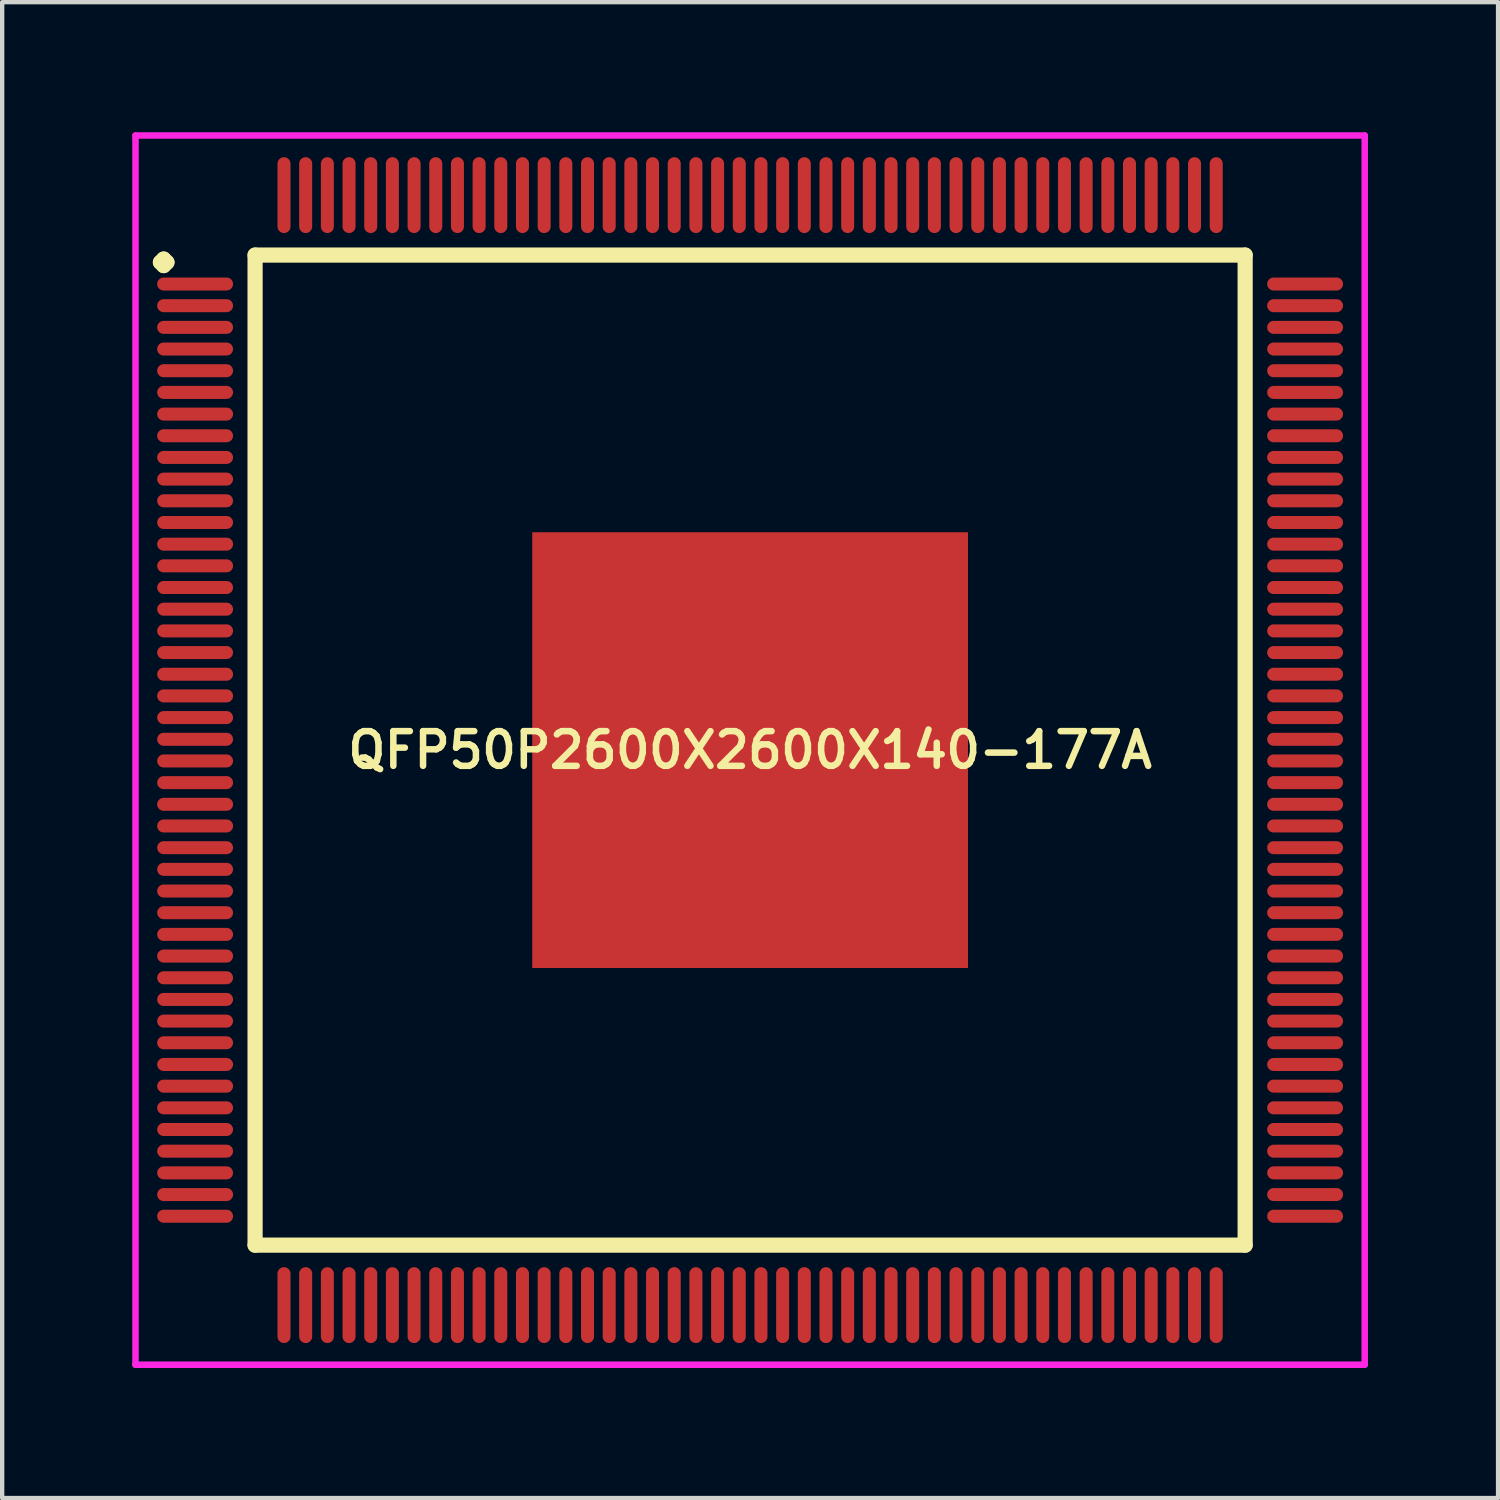
<source format=kicad_pcb>
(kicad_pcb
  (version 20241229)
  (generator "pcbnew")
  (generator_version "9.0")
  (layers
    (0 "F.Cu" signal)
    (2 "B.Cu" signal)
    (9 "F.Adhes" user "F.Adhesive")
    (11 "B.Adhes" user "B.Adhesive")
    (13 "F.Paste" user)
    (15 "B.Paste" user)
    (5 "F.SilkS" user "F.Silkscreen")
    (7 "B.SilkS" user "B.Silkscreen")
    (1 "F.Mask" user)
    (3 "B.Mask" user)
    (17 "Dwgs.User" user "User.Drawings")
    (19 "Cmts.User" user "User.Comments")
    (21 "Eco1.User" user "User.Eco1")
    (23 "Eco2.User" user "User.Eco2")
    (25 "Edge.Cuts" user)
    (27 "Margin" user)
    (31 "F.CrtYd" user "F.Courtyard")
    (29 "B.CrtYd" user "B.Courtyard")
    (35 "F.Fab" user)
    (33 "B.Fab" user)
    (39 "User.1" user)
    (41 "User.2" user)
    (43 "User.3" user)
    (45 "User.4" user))
  (footprint "QFP50P2600X2600X140-177A"
    (layer "F.Cu")
    (at 14.25 14.25)
    (property "Reference" "QFP50P2600X2600X140-177A" (at 0 0 0) (layer "F.SilkS") (effects (font (size 0.8 0.8) (thickness 0.15))))
    (attr smd)
    (fp_line (start -13.6 -11.25) (end -13.525 -11.325) (stroke (width 0.35) (type solid)) (layer "F.SilkS"))
    (fp_line (start -13.525 -11.325) (end -13.45 -11.25) (stroke (width 0.35) (type solid)) (layer "F.SilkS"))
    (fp_line (start -13.525 -11.175) (end -13.6 -11.25) (stroke (width 0.35) (type solid)) (layer "F.SilkS"))
    (fp_line (start -13.45 -11.25) (end -13.525 -11.175) (stroke (width 0.35) (type solid)) (layer "F.SilkS"))
    (fp_line (start -11.417 -11.417) (end -11.417 11.417) (stroke (width 0.35) (type solid)) (layer "F.SilkS"))
    (fp_line (start -11.417 11.417) (end 11.417 11.417) (stroke (width 0.35) (type solid)) (layer "F.SilkS"))
    (fp_line (start 11.417 -11.417) (end -11.417 -11.417) (stroke (width 0.35) (type solid)) (layer "F.SilkS"))
    (fp_line (start 11.417 11.417) (end 11.417 -11.417) (stroke (width 0.35) (type solid)) (layer "F.SilkS"))
    (fp_line (start -14.175 -14.175) (end 14.175 -14.175) (stroke (width 0.15) (type solid)) (layer "F.CrtYd"))
    (fp_line (start -14.175 14.175) (end -14.175 -14.175) (stroke (width 0.15) (type solid)) (layer "F.CrtYd"))
    (fp_line (start 14.175 -14.175) (end 14.175 14.175) (stroke (width 0.15) (type solid)) (layer "F.CrtYd"))
    (fp_line (start 14.175 14.175) (end -14.175 14.175) (stroke (width 0.15) (type solid)) (layer "F.CrtYd"))
    (pad "1" smd oval (at -12.8 -10.75) (size 1.75 0.3) (layers "F.Cu" "F.Mask" "F.Paste"))
    (pad "2" smd oval (at -12.8 -10.25) (size 1.75 0.3) (layers "F.Cu" "F.Mask" "F.Paste"))
    (pad "3" smd oval (at -12.8 -9.75) (size 1.75 0.3) (layers "F.Cu" "F.Mask" "F.Paste"))
    (pad "4" smd oval (at -12.8 -9.25) (size 1.75 0.3) (layers "F.Cu" "F.Mask" "F.Paste"))
    (pad "5" smd oval (at -12.8 -8.75) (size 1.75 0.3) (layers "F.Cu" "F.Mask" "F.Paste"))
    (pad "6" smd oval (at -12.8 -8.25) (size 1.75 0.3) (layers "F.Cu" "F.Mask" "F.Paste"))
    (pad "7" smd oval (at -12.8 -7.75) (size 1.75 0.3) (layers "F.Cu" "F.Mask" "F.Paste"))
    (pad "8" smd oval (at -12.8 -7.25) (size 1.75 0.3) (layers "F.Cu" "F.Mask" "F.Paste"))
    (pad "9" smd oval (at -12.8 -6.75) (size 1.75 0.3) (layers "F.Cu" "F.Mask" "F.Paste"))
    (pad "10" smd oval (at -12.8 -6.25) (size 1.75 0.3) (layers "F.Cu" "F.Mask" "F.Paste"))
    (pad "11" smd oval (at -12.8 -5.75) (size 1.75 0.3) (layers "F.Cu" "F.Mask" "F.Paste"))
    (pad "12" smd oval (at -12.8 -5.25) (size 1.75 0.3) (layers "F.Cu" "F.Mask" "F.Paste"))
    (pad "13" smd oval (at -12.8 -4.75) (size 1.75 0.3) (layers "F.Cu" "F.Mask" "F.Paste"))
    (pad "14" smd oval (at -12.8 -4.25) (size 1.75 0.3) (layers "F.Cu" "F.Mask" "F.Paste"))
    (pad "15" smd oval (at -12.8 -3.75) (size 1.75 0.3) (layers "F.Cu" "F.Mask" "F.Paste"))
    (pad "16" smd oval (at -12.8 -3.25) (size 1.75 0.3) (layers "F.Cu" "F.Mask" "F.Paste"))
    (pad "17" smd oval (at -12.8 -2.75) (size 1.75 0.3) (layers "F.Cu" "F.Mask" "F.Paste"))
    (pad "18" smd oval (at -12.8 -2.25) (size 1.75 0.3) (layers "F.Cu" "F.Mask" "F.Paste"))
    (pad "19" smd oval (at -12.8 -1.75) (size 1.75 0.3) (layers "F.Cu" "F.Mask" "F.Paste"))
    (pad "20" smd oval (at -12.8 -1.25) (size 1.75 0.3) (layers "F.Cu" "F.Mask" "F.Paste"))
    (pad "21" smd oval (at -12.8 -0.75) (size 1.75 0.3) (layers "F.Cu" "F.Mask" "F.Paste"))
    (pad "22" smd oval (at -12.8 -0.25) (size 1.75 0.3) (layers "F.Cu" "F.Mask" "F.Paste"))
    (pad "23" smd oval (at -12.8 0.25) (size 1.75 0.3) (layers "F.Cu" "F.Mask" "F.Paste"))
    (pad "24" smd oval (at -12.8 0.75) (size 1.75 0.3) (layers "F.Cu" "F.Mask" "F.Paste"))
    (pad "25" smd oval (at -12.8 1.25) (size 1.75 0.3) (layers "F.Cu" "F.Mask" "F.Paste"))
    (pad "26" smd oval (at -12.8 1.75) (size 1.75 0.3) (layers "F.Cu" "F.Mask" "F.Paste"))
    (pad "27" smd oval (at -12.8 2.25) (size 1.75 0.3) (layers "F.Cu" "F.Mask" "F.Paste"))
    (pad "28" smd oval (at -12.8 2.75) (size 1.75 0.3) (layers "F.Cu" "F.Mask" "F.Paste"))
    (pad "29" smd oval (at -12.8 3.25) (size 1.75 0.3) (layers "F.Cu" "F.Mask" "F.Paste"))
    (pad "30" smd oval (at -12.8 3.75) (size 1.75 0.3) (layers "F.Cu" "F.Mask" "F.Paste"))
    (pad "31" smd oval (at -12.8 4.25) (size 1.75 0.3) (layers "F.Cu" "F.Mask" "F.Paste"))
    (pad "32" smd oval (at -12.8 4.75) (size 1.75 0.3) (layers "F.Cu" "F.Mask" "F.Paste"))
    (pad "33" smd oval (at -12.8 5.25) (size 1.75 0.3) (layers "F.Cu" "F.Mask" "F.Paste"))
    (pad "34" smd oval (at -12.8 5.75) (size 1.75 0.3) (layers "F.Cu" "F.Mask" "F.Paste"))
    (pad "35" smd oval (at -12.8 6.25) (size 1.75 0.3) (layers "F.Cu" "F.Mask" "F.Paste"))
    (pad "36" smd oval (at -12.8 6.75) (size 1.75 0.3) (layers "F.Cu" "F.Mask" "F.Paste"))
    (pad "37" smd oval (at -12.8 7.25) (size 1.75 0.3) (layers "F.Cu" "F.Mask" "F.Paste"))
    (pad "38" smd oval (at -12.8 7.75) (size 1.75 0.3) (layers "F.Cu" "F.Mask" "F.Paste"))
    (pad "39" smd oval (at -12.8 8.25) (size 1.75 0.3) (layers "F.Cu" "F.Mask" "F.Paste"))
    (pad "40" smd oval (at -12.8 8.75) (size 1.75 0.3) (layers "F.Cu" "F.Mask" "F.Paste"))
    (pad "41" smd oval (at -12.8 9.25) (size 1.75 0.3) (layers "F.Cu" "F.Mask" "F.Paste"))
    (pad "42" smd oval (at -12.8 9.75) (size 1.75 0.3) (layers "F.Cu" "F.Mask" "F.Paste"))
    (pad "43" smd oval (at -12.8 10.25) (size 1.75 0.3) (layers "F.Cu" "F.Mask" "F.Paste"))
    (pad "44" smd oval (at -12.8 10.75) (size 1.75 0.3) (layers "F.Cu" "F.Mask" "F.Paste"))
    (pad "45" smd oval (at -10.75 12.8) (size 0.3 1.75) (layers "F.Cu" "F.Mask" "F.Paste"))
    (pad "46" smd oval (at -10.25 12.8) (size 0.3 1.75) (layers "F.Cu" "F.Mask" "F.Paste"))
    (pad "47" smd oval (at -9.75 12.8) (size 0.3 1.75) (layers "F.Cu" "F.Mask" "F.Paste"))
    (pad "48" smd oval (at -9.25 12.8) (size 0.3 1.75) (layers "F.Cu" "F.Mask" "F.Paste"))
    (pad "49" smd oval (at -8.75 12.8) (size 0.3 1.75) (layers "F.Cu" "F.Mask" "F.Paste"))
    (pad "50" smd oval (at -8.25 12.8) (size 0.3 1.75) (layers "F.Cu" "F.Mask" "F.Paste"))
    (pad "51" smd oval (at -7.75 12.8) (size 0.3 1.75) (layers "F.Cu" "F.Mask" "F.Paste"))
    (pad "52" smd oval (at -7.25 12.8) (size 0.3 1.75) (layers "F.Cu" "F.Mask" "F.Paste"))
    (pad "53" smd oval (at -6.75 12.8) (size 0.3 1.75) (layers "F.Cu" "F.Mask" "F.Paste"))
    (pad "54" smd oval (at -6.25 12.8) (size 0.3 1.75) (layers "F.Cu" "F.Mask" "F.Paste"))
    (pad "55" smd oval (at -5.75 12.8) (size 0.3 1.75) (layers "F.Cu" "F.Mask" "F.Paste"))
    (pad "56" smd oval (at -5.25 12.8) (size 0.3 1.75) (layers "F.Cu" "F.Mask" "F.Paste"))
    (pad "57" smd oval (at -4.75 12.8) (size 0.3 1.75) (layers "F.Cu" "F.Mask" "F.Paste"))
    (pad "58" smd oval (at -4.25 12.8) (size 0.3 1.75) (layers "F.Cu" "F.Mask" "F.Paste"))
    (pad "59" smd oval (at -3.75 12.8) (size 0.3 1.75) (layers "F.Cu" "F.Mask" "F.Paste"))
    (pad "60" smd oval (at -3.25 12.8) (size 0.3 1.75) (layers "F.Cu" "F.Mask" "F.Paste"))
    (pad "61" smd oval (at -2.75 12.8) (size 0.3 1.75) (layers "F.Cu" "F.Mask" "F.Paste"))
    (pad "62" smd oval (at -2.25 12.8) (size 0.3 1.75) (layers "F.Cu" "F.Mask" "F.Paste"))
    (pad "63" smd oval (at -1.75 12.8) (size 0.3 1.75) (layers "F.Cu" "F.Mask" "F.Paste"))
    (pad "64" smd oval (at -1.25 12.8) (size 0.3 1.75) (layers "F.Cu" "F.Mask" "F.Paste"))
    (pad "65" smd oval (at -0.75 12.8) (size 0.3 1.75) (layers "F.Cu" "F.Mask" "F.Paste"))
    (pad "66" smd oval (at -0.25 12.8) (size 0.3 1.75) (layers "F.Cu" "F.Mask" "F.Paste"))
    (pad "67" smd oval (at 0.25 12.8) (size 0.3 1.75) (layers "F.Cu" "F.Mask" "F.Paste"))
    (pad "68" smd oval (at 0.75 12.8) (size 0.3 1.75) (layers "F.Cu" "F.Mask" "F.Paste"))
    (pad "69" smd oval (at 1.25 12.8) (size 0.3 1.75) (layers "F.Cu" "F.Mask" "F.Paste"))
    (pad "70" smd oval (at 1.75 12.8) (size 0.3 1.75) (layers "F.Cu" "F.Mask" "F.Paste"))
    (pad "71" smd oval (at 2.25 12.8) (size 0.3 1.75) (layers "F.Cu" "F.Mask" "F.Paste"))
    (pad "72" smd oval (at 2.75 12.8) (size 0.3 1.75) (layers "F.Cu" "F.Mask" "F.Paste"))
    (pad "73" smd oval (at 3.25 12.8) (size 0.3 1.75) (layers "F.Cu" "F.Mask" "F.Paste"))
    (pad "74" smd oval (at 3.75 12.8) (size 0.3 1.75) (layers "F.Cu" "F.Mask" "F.Paste"))
    (pad "75" smd oval (at 4.25 12.8) (size 0.3 1.75) (layers "F.Cu" "F.Mask" "F.Paste"))
    (pad "76" smd oval (at 4.75 12.8) (size 0.3 1.75) (layers "F.Cu" "F.Mask" "F.Paste"))
    (pad "77" smd oval (at 5.25 12.8) (size 0.3 1.75) (layers "F.Cu" "F.Mask" "F.Paste"))
    (pad "78" smd oval (at 5.75 12.8) (size 0.3 1.75) (layers "F.Cu" "F.Mask" "F.Paste"))
    (pad "79" smd oval (at 6.25 12.8) (size 0.3 1.75) (layers "F.Cu" "F.Mask" "F.Paste"))
    (pad "80" smd oval (at 6.75 12.8) (size 0.3 1.75) (layers "F.Cu" "F.Mask" "F.Paste"))
    (pad "81" smd oval (at 7.25 12.8) (size 0.3 1.75) (layers "F.Cu" "F.Mask" "F.Paste"))
    (pad "82" smd oval (at 7.75 12.8) (size 0.3 1.75) (layers "F.Cu" "F.Mask" "F.Paste"))
    (pad "83" smd oval (at 8.25 12.8) (size 0.3 1.75) (layers "F.Cu" "F.Mask" "F.Paste"))
    (pad "84" smd oval (at 8.75 12.8) (size 0.3 1.75) (layers "F.Cu" "F.Mask" "F.Paste"))
    (pad "85" smd oval (at 9.25 12.8) (size 0.3 1.75) (layers "F.Cu" "F.Mask" "F.Paste"))
    (pad "86" smd oval (at 9.75 12.8) (size 0.3 1.75) (layers "F.Cu" "F.Mask" "F.Paste"))
    (pad "87" smd oval (at 10.25 12.8) (size 0.3 1.75) (layers "F.Cu" "F.Mask" "F.Paste"))
    (pad "88" smd oval (at 10.75 12.8) (size 0.3 1.75) (layers "F.Cu" "F.Mask" "F.Paste"))
    (pad "89" smd oval (at 12.8 10.75) (size 1.75 0.3) (layers "F.Cu" "F.Mask" "F.Paste"))
    (pad "90" smd oval (at 12.8 10.25) (size 1.75 0.3) (layers "F.Cu" "F.Mask" "F.Paste"))
    (pad "91" smd oval (at 12.8 9.75) (size 1.75 0.3) (layers "F.Cu" "F.Mask" "F.Paste"))
    (pad "92" smd oval (at 12.8 9.25) (size 1.75 0.3) (layers "F.Cu" "F.Mask" "F.Paste"))
    (pad "93" smd oval (at 12.8 8.75) (size 1.75 0.3) (layers "F.Cu" "F.Mask" "F.Paste"))
    (pad "94" smd oval (at 12.8 8.25) (size 1.75 0.3) (layers "F.Cu" "F.Mask" "F.Paste"))
    (pad "95" smd oval (at 12.8 7.75) (size 1.75 0.3) (layers "F.Cu" "F.Mask" "F.Paste"))
    (pad "96" smd oval (at 12.8 7.25) (size 1.75 0.3) (layers "F.Cu" "F.Mask" "F.Paste"))
    (pad "97" smd oval (at 12.8 6.75) (size 1.75 0.3) (layers "F.Cu" "F.Mask" "F.Paste"))
    (pad "98" smd oval (at 12.8 6.25) (size 1.75 0.3) (layers "F.Cu" "F.Mask" "F.Paste"))
    (pad "99" smd oval (at 12.8 5.75) (size 1.75 0.3) (layers "F.Cu" "F.Mask" "F.Paste"))
    (pad "100" smd oval (at 12.8 5.25) (size 1.75 0.3) (layers "F.Cu" "F.Mask" "F.Paste"))
    (pad "101" smd oval (at 12.8 4.75) (size 1.75 0.3) (layers "F.Cu" "F.Mask" "F.Paste"))
    (pad "102" smd oval (at 12.8 4.25) (size 1.75 0.3) (layers "F.Cu" "F.Mask" "F.Paste"))
    (pad "103" smd oval (at 12.8 3.75) (size 1.75 0.3) (layers "F.Cu" "F.Mask" "F.Paste"))
    (pad "104" smd oval (at 12.8 3.25) (size 1.75 0.3) (layers "F.Cu" "F.Mask" "F.Paste"))
    (pad "105" smd oval (at 12.8 2.75) (size 1.75 0.3) (layers "F.Cu" "F.Mask" "F.Paste"))
    (pad "106" smd oval (at 12.8 2.25) (size 1.75 0.3) (layers "F.Cu" "F.Mask" "F.Paste"))
    (pad "107" smd oval (at 12.8 1.75) (size 1.75 0.3) (layers "F.Cu" "F.Mask" "F.Paste"))
    (pad "108" smd oval (at 12.8 1.25) (size 1.75 0.3) (layers "F.Cu" "F.Mask" "F.Paste"))
    (pad "109" smd oval (at 12.8 0.75) (size 1.75 0.3) (layers "F.Cu" "F.Mask" "F.Paste"))
    (pad "110" smd oval (at 12.8 0.25) (size 1.75 0.3) (layers "F.Cu" "F.Mask" "F.Paste"))
    (pad "111" smd oval (at 12.8 -0.25) (size 1.75 0.3) (layers "F.Cu" "F.Mask" "F.Paste"))
    (pad "112" smd oval (at 12.8 -0.75) (size 1.75 0.3) (layers "F.Cu" "F.Mask" "F.Paste"))
    (pad "113" smd oval (at 12.8 -1.25) (size 1.75 0.3) (layers "F.Cu" "F.Mask" "F.Paste"))
    (pad "114" smd oval (at 12.8 -1.75) (size 1.75 0.3) (layers "F.Cu" "F.Mask" "F.Paste"))
    (pad "115" smd oval (at 12.8 -2.25) (size 1.75 0.3) (layers "F.Cu" "F.Mask" "F.Paste"))
    (pad "116" smd oval (at 12.8 -2.75) (size 1.75 0.3) (layers "F.Cu" "F.Mask" "F.Paste"))
    (pad "117" smd oval (at 12.8 -3.25) (size 1.75 0.3) (layers "F.Cu" "F.Mask" "F.Paste"))
    (pad "118" smd oval (at 12.8 -3.75) (size 1.75 0.3) (layers "F.Cu" "F.Mask" "F.Paste"))
    (pad "119" smd oval (at 12.8 -4.25) (size 1.75 0.3) (layers "F.Cu" "F.Mask" "F.Paste"))
    (pad "120" smd oval (at 12.8 -4.75) (size 1.75 0.3) (layers "F.Cu" "F.Mask" "F.Paste"))
    (pad "121" smd oval (at 12.8 -5.25) (size 1.75 0.3) (layers "F.Cu" "F.Mask" "F.Paste"))
    (pad "122" smd oval (at 12.8 -5.75) (size 1.75 0.3) (layers "F.Cu" "F.Mask" "F.Paste"))
    (pad "123" smd oval (at 12.8 -6.25) (size 1.75 0.3) (layers "F.Cu" "F.Mask" "F.Paste"))
    (pad "124" smd oval (at 12.8 -6.75) (size 1.75 0.3) (layers "F.Cu" "F.Mask" "F.Paste"))
    (pad "125" smd oval (at 12.8 -7.25) (size 1.75 0.3) (layers "F.Cu" "F.Mask" "F.Paste"))
    (pad "126" smd oval (at 12.8 -7.75) (size 1.75 0.3) (layers "F.Cu" "F.Mask" "F.Paste"))
    (pad "127" smd oval (at 12.8 -8.25) (size 1.75 0.3) (layers "F.Cu" "F.Mask" "F.Paste"))
    (pad "128" smd oval (at 12.8 -8.75) (size 1.75 0.3) (layers "F.Cu" "F.Mask" "F.Paste"))
    (pad "129" smd oval (at 12.8 -9.25) (size 1.75 0.3) (layers "F.Cu" "F.Mask" "F.Paste"))
    (pad "130" smd oval (at 12.8 -9.75) (size 1.75 0.3) (layers "F.Cu" "F.Mask" "F.Paste"))
    (pad "131" smd oval (at 12.8 -10.25) (size 1.75 0.3) (layers "F.Cu" "F.Mask" "F.Paste"))
    (pad "132" smd oval (at 12.8 -10.75) (size 1.75 0.3) (layers "F.Cu" "F.Mask" "F.Paste"))
    (pad "133" smd oval (at 10.75 -12.8) (size 0.3 1.75) (layers "F.Cu" "F.Mask" "F.Paste"))
    (pad "134" smd oval (at 10.25 -12.8) (size 0.3 1.75) (layers "F.Cu" "F.Mask" "F.Paste"))
    (pad "135" smd oval (at 9.75 -12.8) (size 0.3 1.75) (layers "F.Cu" "F.Mask" "F.Paste"))
    (pad "136" smd oval (at 9.25 -12.8) (size 0.3 1.75) (layers "F.Cu" "F.Mask" "F.Paste"))
    (pad "137" smd oval (at 8.75 -12.8) (size 0.3 1.75) (layers "F.Cu" "F.Mask" "F.Paste"))
    (pad "138" smd oval (at 8.25 -12.8) (size 0.3 1.75) (layers "F.Cu" "F.Mask" "F.Paste"))
    (pad "139" smd oval (at 7.75 -12.8) (size 0.3 1.75) (layers "F.Cu" "F.Mask" "F.Paste"))
    (pad "140" smd oval (at 7.25 -12.8) (size 0.3 1.75) (layers "F.Cu" "F.Mask" "F.Paste"))
    (pad "141" smd oval (at 6.75 -12.8) (size 0.3 1.75) (layers "F.Cu" "F.Mask" "F.Paste"))
    (pad "142" smd oval (at 6.25 -12.8) (size 0.3 1.75) (layers "F.Cu" "F.Mask" "F.Paste"))
    (pad "143" smd oval (at 5.75 -12.8) (size 0.3 1.75) (layers "F.Cu" "F.Mask" "F.Paste"))
    (pad "144" smd oval (at 5.25 -12.8) (size 0.3 1.75) (layers "F.Cu" "F.Mask" "F.Paste"))
    (pad "145" smd oval (at 4.75 -12.8) (size 0.3 1.75) (layers "F.Cu" "F.Mask" "F.Paste"))
    (pad "146" smd oval (at 4.25 -12.8) (size 0.3 1.75) (layers "F.Cu" "F.Mask" "F.Paste"))
    (pad "147" smd oval (at 3.75 -12.8) (size 0.3 1.75) (layers "F.Cu" "F.Mask" "F.Paste"))
    (pad "148" smd oval (at 3.25 -12.8) (size 0.3 1.75) (layers "F.Cu" "F.Mask" "F.Paste"))
    (pad "149" smd oval (at 2.75 -12.8) (size 0.3 1.75) (layers "F.Cu" "F.Mask" "F.Paste"))
    (pad "150" smd oval (at 2.25 -12.8) (size 0.3 1.75) (layers "F.Cu" "F.Mask" "F.Paste"))
    (pad "151" smd oval (at 1.75 -12.8) (size 0.3 1.75) (layers "F.Cu" "F.Mask" "F.Paste"))
    (pad "152" smd oval (at 1.25 -12.8) (size 0.3 1.75) (layers "F.Cu" "F.Mask" "F.Paste"))
    (pad "153" smd oval (at 0.75 -12.8) (size 0.3 1.75) (layers "F.Cu" "F.Mask" "F.Paste"))
    (pad "154" smd oval (at 0.25 -12.8) (size 0.3 1.75) (layers "F.Cu" "F.Mask" "F.Paste"))
    (pad "155" smd oval (at -0.25 -12.8) (size 0.3 1.75) (layers "F.Cu" "F.Mask" "F.Paste"))
    (pad "156" smd oval (at -0.75 -12.8) (size 0.3 1.75) (layers "F.Cu" "F.Mask" "F.Paste"))
    (pad "157" smd oval (at -1.25 -12.8) (size 0.3 1.75) (layers "F.Cu" "F.Mask" "F.Paste"))
    (pad "158" smd oval (at -1.75 -12.8) (size 0.3 1.75) (layers "F.Cu" "F.Mask" "F.Paste"))
    (pad "159" smd oval (at -2.25 -12.8) (size 0.3 1.75) (layers "F.Cu" "F.Mask" "F.Paste"))
    (pad "160" smd oval (at -2.75 -12.8) (size 0.3 1.75) (layers "F.Cu" "F.Mask" "F.Paste"))
    (pad "161" smd oval (at -3.25 -12.8) (size 0.3 1.75) (layers "F.Cu" "F.Mask" "F.Paste"))
    (pad "162" smd oval (at -3.75 -12.8) (size 0.3 1.75) (layers "F.Cu" "F.Mask" "F.Paste"))
    (pad "163" smd oval (at -4.25 -12.8) (size 0.3 1.75) (layers "F.Cu" "F.Mask" "F.Paste"))
    (pad "164" smd oval (at -4.75 -12.8) (size 0.3 1.75) (layers "F.Cu" "F.Mask" "F.Paste"))
    (pad "165" smd oval (at -5.25 -12.8) (size 0.3 1.75) (layers "F.Cu" "F.Mask" "F.Paste"))
    (pad "166" smd oval (at -5.75 -12.8) (size 0.3 1.75) (layers "F.Cu" "F.Mask" "F.Paste"))
    (pad "167" smd oval (at -6.25 -12.8) (size 0.3 1.75) (layers "F.Cu" "F.Mask" "F.Paste"))
    (pad "168" smd oval (at -6.75 -12.8) (size 0.3 1.75) (layers "F.Cu" "F.Mask" "F.Paste"))
    (pad "169" smd oval (at -7.25 -12.8) (size 0.3 1.75) (layers "F.Cu" "F.Mask" "F.Paste"))
    (pad "170" smd oval (at -7.75 -12.8) (size 0.3 1.75) (layers "F.Cu" "F.Mask" "F.Paste"))
    (pad "171" smd oval (at -8.25 -12.8) (size 0.3 1.75) (layers "F.Cu" "F.Mask" "F.Paste"))
    (pad "172" smd oval (at -8.75 -12.8) (size 0.3 1.75) (layers "F.Cu" "F.Mask" "F.Paste"))
    (pad "173" smd oval (at -9.25 -12.8) (size 0.3 1.75) (layers "F.Cu" "F.Mask" "F.Paste"))
    (pad "174" smd oval (at -9.75 -12.8) (size 0.3 1.75) (layers "F.Cu" "F.Mask" "F.Paste"))
    (pad "175" smd oval (at -10.25 -12.8) (size 0.3 1.75) (layers "F.Cu" "F.Mask" "F.Paste"))
    (pad "176" smd oval (at -10.75 -12.8) (size 0.3 1.75) (layers "F.Cu" "F.Mask" "F.Paste"))
    (pad "177" smd rect (at 0 0) (size 10.05 10.05) (layers "F.Cu" "F.Mask" "F.Paste")))
  (gr_rect
    (start -3 -3)
    (end 31.5 31.5)
    (stroke (width 0.1) (type default))
    (fill no)
    (layer "Edge.Cuts")))
</source>
